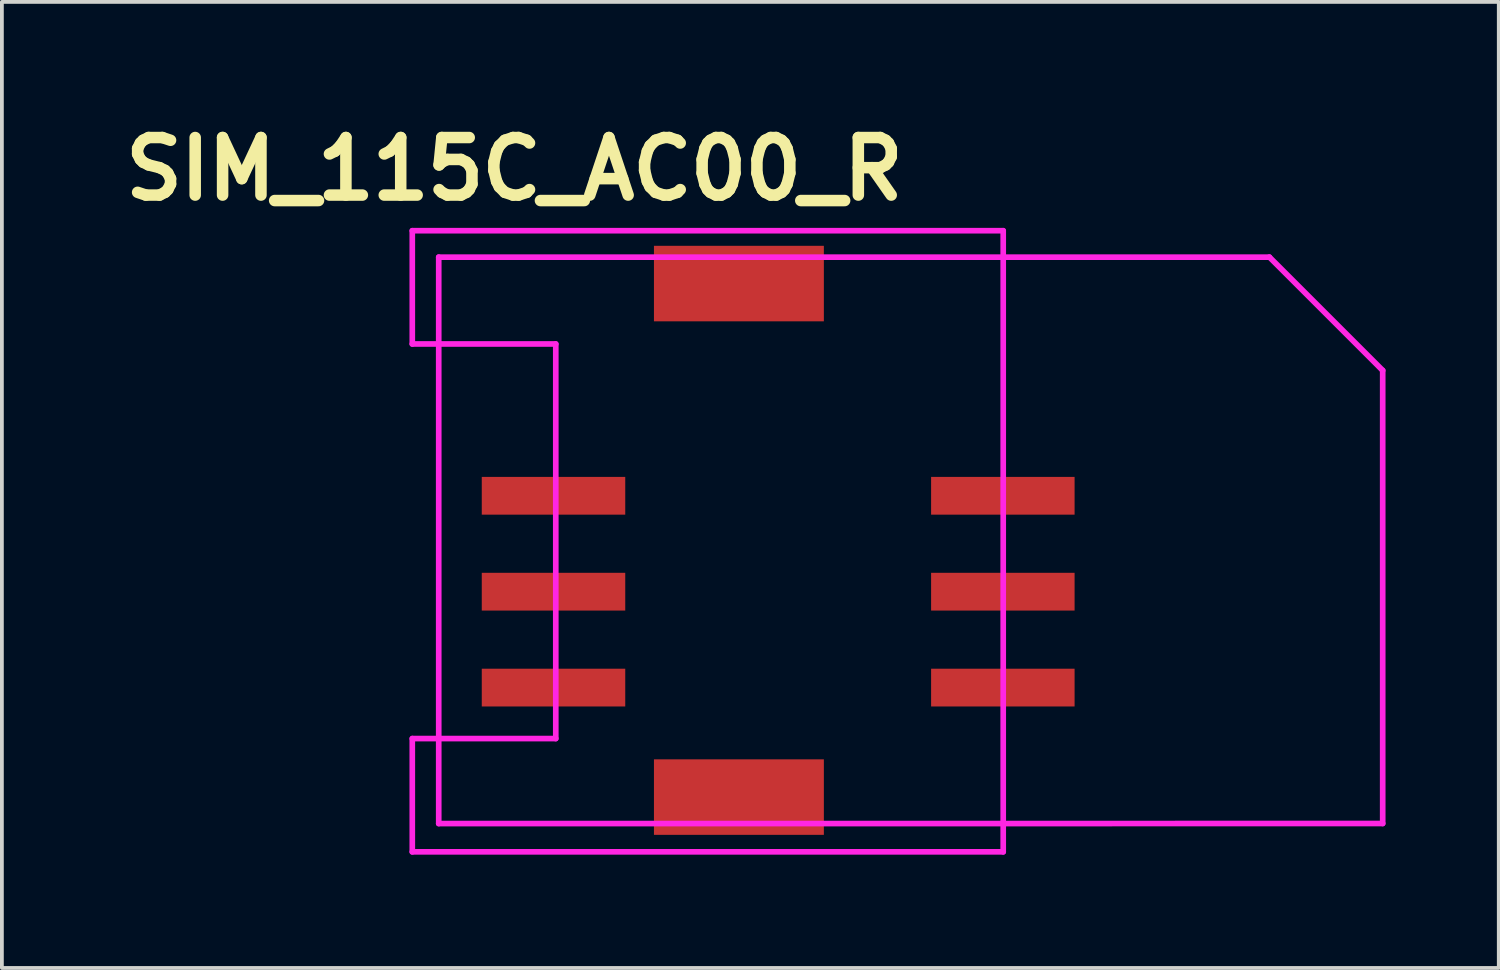
<source format=kicad_pcb>
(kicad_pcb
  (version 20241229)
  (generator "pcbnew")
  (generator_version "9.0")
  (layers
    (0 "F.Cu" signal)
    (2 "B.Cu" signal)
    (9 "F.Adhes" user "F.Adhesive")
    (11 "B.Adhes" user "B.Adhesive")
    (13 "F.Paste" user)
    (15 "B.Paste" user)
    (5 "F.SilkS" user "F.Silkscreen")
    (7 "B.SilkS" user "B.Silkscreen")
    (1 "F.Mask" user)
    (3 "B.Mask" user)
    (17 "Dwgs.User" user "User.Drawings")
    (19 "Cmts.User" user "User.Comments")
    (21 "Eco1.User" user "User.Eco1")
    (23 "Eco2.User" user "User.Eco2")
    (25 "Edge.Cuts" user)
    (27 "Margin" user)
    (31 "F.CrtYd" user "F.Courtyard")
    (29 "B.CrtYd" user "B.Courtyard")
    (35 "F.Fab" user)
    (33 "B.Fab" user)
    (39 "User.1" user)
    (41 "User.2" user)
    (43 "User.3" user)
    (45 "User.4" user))
  (footprint "SIM_115C_AC00_R"
    (layer "F.Cu")
    (at 7.869 3.06)
    (property "Reference" "SIM_115C_AC00_R" (at 2.705 -1.633 0) (layer "F.SilkS") (effects (font (size 1.524 1.524) (thickness 0.305))))
    (attr through_hole)
    (fp_line (start 0 0) (end 0 3) (stroke (width 0.15) (type solid)) (layer "F.CrtYd"))
    (fp_line (start 0 3) (end 3.8 3) (stroke (width 0.15) (type solid)) (layer "F.CrtYd"))
    (fp_line (start 0 13.45) (end 0 16.45) (stroke (width 0.15) (type solid)) (layer "F.CrtYd"))
    (fp_line (start 0 16.45) (end 15.65 16.45) (stroke (width 0.15) (type solid)) (layer "F.CrtYd"))
    (fp_line (start 0.7 0.7) (end 22.7 0.7) (stroke (width 0.15) (type solid)) (layer "F.CrtYd"))
    (fp_line (start 0.7 15.701) (end 0.7 0.7) (stroke (width 0.15) (type solid)) (layer "F.CrtYd"))
    (fp_line (start 3.8 3) (end 3.8 13.45) (stroke (width 0.15) (type solid)) (layer "F.CrtYd"))
    (fp_line (start 3.8 13.45) (end 0 13.45) (stroke (width 0.15) (type solid)) (layer "F.CrtYd"))
    (fp_line (start 15.65 0) (end 0 0) (stroke (width 0.15) (type solid)) (layer "F.CrtYd"))
    (fp_line (start 15.65 16.45) (end 15.65 0) (stroke (width 0.15) (type solid)) (layer "F.CrtYd"))
    (fp_line (start 25.7 3.7) (end 22.698 0.698) (stroke (width 0.15) (type solid)) (layer "F.CrtYd"))
    (fp_line (start 25.7 3.7) (end 25.7 15.699) (stroke (width 0.15) (type solid)) (layer "F.CrtYd"))
    (fp_line (start 25.7 15.7) (end 0.7 15.701) (stroke (width 0.15) (type solid)) (layer "F.CrtYd"))
    (pad "" smd rect (at 8.65 1.4) (size 4.5 2) (layers "F.Cu" "F.Mask" "F.Paste"))
    (pad "" smd rect (at 8.65 15) (size 4.5 2) (layers "F.Cu" "F.Mask" "F.Paste"))
    (pad "1" smd rect (at 3.74 12.1) (size 3.8 1) (layers "F.Cu" "F.Mask" "F.Paste"))
    (pad "2" smd rect (at 3.74 9.56) (size 3.8 1) (layers "F.Cu" "F.Mask" "F.Paste"))
    (pad "3" smd rect (at 3.74 7.02) (size 3.8 1) (layers "F.Cu" "F.Mask" "F.Paste"))
    (pad "4" smd rect (at 15.64 12.1) (size 3.8 1) (layers "F.Cu" "F.Mask" "F.Paste"))
    (pad "5" smd rect (at 15.64 9.56) (size 3.8 1) (layers "F.Cu" "F.Mask" "F.Paste"))
    (pad "6" smd rect (at 15.64 7.02) (size 3.8 1) (layers "F.Cu" "F.Mask" "F.Paste")))
  (gr_rect
    (start -3 -3)
    (end 36.643 22.585)
    (stroke (width 0.1) (type default))
    (fill no)
    (layer "Edge.Cuts")))
</source>
